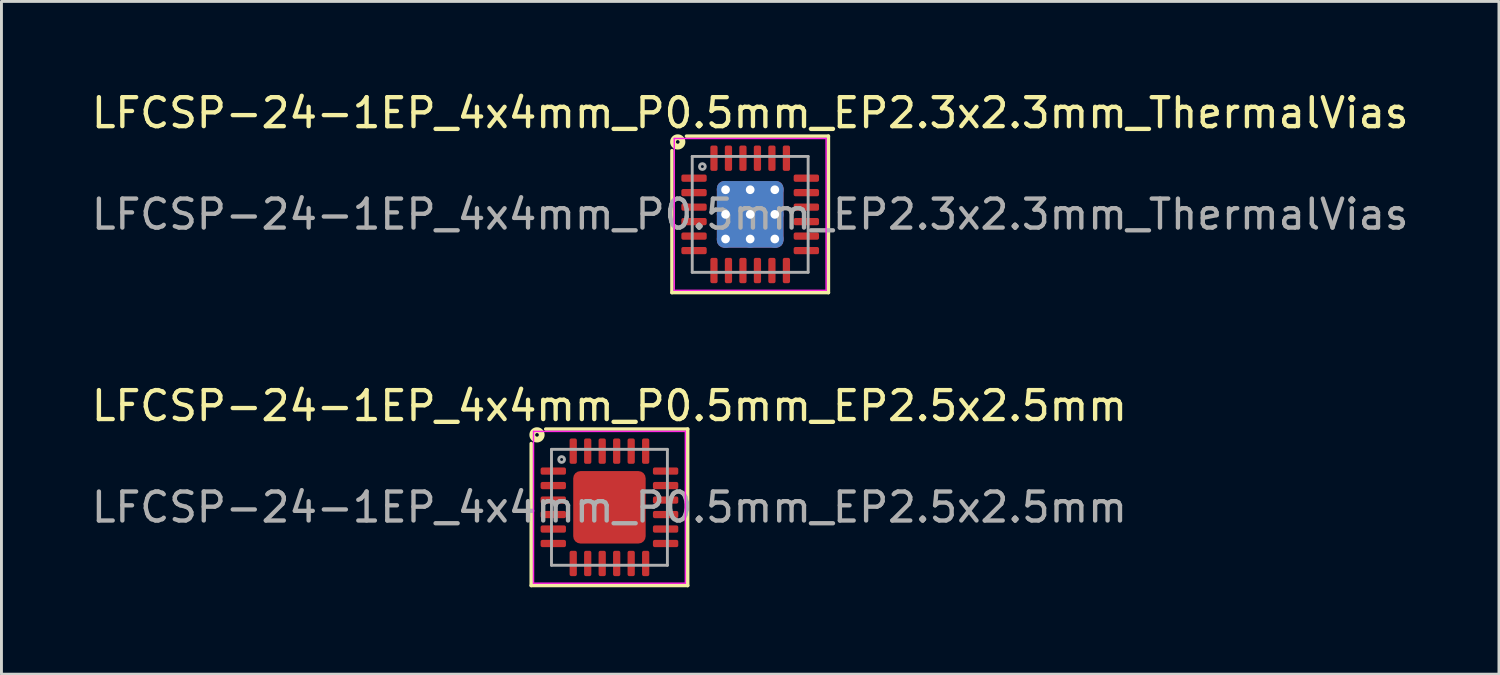
<source format=kicad_pcb>
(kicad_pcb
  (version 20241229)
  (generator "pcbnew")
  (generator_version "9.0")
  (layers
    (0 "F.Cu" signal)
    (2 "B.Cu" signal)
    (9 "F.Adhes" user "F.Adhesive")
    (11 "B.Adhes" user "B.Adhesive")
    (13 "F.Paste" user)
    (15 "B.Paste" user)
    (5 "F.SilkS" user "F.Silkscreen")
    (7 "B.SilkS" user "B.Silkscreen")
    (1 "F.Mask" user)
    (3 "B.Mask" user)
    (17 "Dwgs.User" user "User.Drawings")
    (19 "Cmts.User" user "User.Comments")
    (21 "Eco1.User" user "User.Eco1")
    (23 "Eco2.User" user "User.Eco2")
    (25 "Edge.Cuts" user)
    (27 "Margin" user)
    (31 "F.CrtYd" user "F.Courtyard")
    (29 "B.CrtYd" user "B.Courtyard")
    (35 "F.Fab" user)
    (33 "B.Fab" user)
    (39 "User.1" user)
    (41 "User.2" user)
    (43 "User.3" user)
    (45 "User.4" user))
  (footprint "LFCSP-24-1EP_4x4mm_P0.5mm_EP2.3x2.3mm_ThermalVias"
    (layer "F.Cu")
    (at 22.839 4.348)
    (property "Reference" "LFCSP-24-1EP_4x4mm_P0.5mm_EP2.3x2.3mm_ThermalVias" (at 0 -3.5 0) (layer "F.SilkS") (effects (font (size 1 1) (thickness 0.15))))
    (attr smd)
    (fp_line (start -2.7 2.7) (end -2.7 -2.2) (stroke (width 0.12) (type solid)) (layer "F.SilkS"))
    (fp_line (start 2.7 -2.7) (end -2.2 -2.7) (stroke (width 0.12) (type solid)) (layer "F.SilkS"))
    (fp_line (start 2.7 -2.7) (end 2.7 2.7) (stroke (width 0.12) (type solid)) (layer "F.SilkS"))
    (fp_line (start 2.7 2.7) (end -2.7 2.7) (stroke (width 0.12) (type solid)) (layer "F.SilkS"))
    (fp_circle (center -2.5 -2.5) (end -2.437 -2.5) (stroke (width 0.2) (type solid)) (fill no) (layer "F.SilkS"))
    (fp_line (start -2.62 -2.62) (end -2.62 2.62) (stroke (width 0.05) (type solid)) (layer "F.CrtYd"))
    (fp_line (start -2.62 2.62) (end 2.62 2.62) (stroke (width 0.05) (type solid)) (layer "F.CrtYd"))
    (fp_line (start 2.62 -2.62) (end -2.62 -2.62) (stroke (width 0.05) (type solid)) (layer "F.CrtYd"))
    (fp_line (start 2.62 2.62) (end 2.62 -2.62) (stroke (width 0.05) (type solid)) (layer "F.CrtYd"))
    (fp_line (start -2 -2) (end 2 -2) (stroke (width 0.1) (type solid)) (layer "F.Fab"))
    (fp_line (start -2 2) (end -2 -2) (stroke (width 0.1) (type solid)) (layer "F.Fab"))
    (fp_line (start 2 -2) (end 2 2) (stroke (width 0.1) (type solid)) (layer "F.Fab"))
    (fp_line (start 2 2) (end -2 2) (stroke (width 0.1) (type solid)) (layer "F.Fab"))
    (fp_circle (center -1.65 -1.65) (end -1.55 -1.65) (stroke (width 0.1) (type solid)) (fill no) (layer "F.Fab"))
    (fp_text user "${REFERENCE}" (at 0 0 0) (layer "F.Fab") (effects (font (size 1 1) (thickness 0.15))))
    (pad "" smd roundrect (at -0.575 -0.575) (size 0.96 0.96) (layers "F.Paste") (roundrect_rratio 0.25))
    (pad "" smd roundrect (at -0.575 0.575) (size 0.96 0.96) (layers "F.Paste") (roundrect_rratio 0.25))
    (pad "" smd roundrect (at 0.575 -0.575) (size 0.96 0.96) (layers "F.Paste") (roundrect_rratio 0.25))
    (pad "" smd roundrect (at 0.575 0.575) (size 0.96 0.96) (layers "F.Paste") (roundrect_rratio 0.25))
    (pad "1" smd roundrect (at -1.938 -1.25) (size 0.875 0.25) (layers "F.Cu" "F.Mask" "F.Paste") (roundrect_rratio 0.25))
    (pad "2" smd roundrect (at -1.938 -0.75) (size 0.875 0.25) (layers "F.Cu" "F.Mask" "F.Paste") (roundrect_rratio 0.25))
    (pad "3" smd roundrect (at -1.938 -0.25) (size 0.875 0.25) (layers "F.Cu" "F.Mask" "F.Paste") (roundrect_rratio 0.25))
    (pad "4" smd roundrect (at -1.938 0.25) (size 0.875 0.25) (layers "F.Cu" "F.Mask" "F.Paste") (roundrect_rratio 0.25))
    (pad "5" smd roundrect (at -1.938 0.75) (size 0.875 0.25) (layers "F.Cu" "F.Mask" "F.Paste") (roundrect_rratio 0.25))
    (pad "6" smd roundrect (at -1.938 1.25) (size 0.875 0.25) (layers "F.Cu" "F.Mask" "F.Paste") (roundrect_rratio 0.25))
    (pad "7" smd roundrect (at -1.25 1.938) (size 0.25 0.875) (layers "F.Cu" "F.Mask" "F.Paste") (roundrect_rratio 0.25))
    (pad "8" smd roundrect (at -0.75 1.938) (size 0.25 0.875) (layers "F.Cu" "F.Mask" "F.Paste") (roundrect_rratio 0.25))
    (pad "9" smd roundrect (at -0.25 1.938) (size 0.25 0.875) (layers "F.Cu" "F.Mask" "F.Paste") (roundrect_rratio 0.25))
    (pad "10" smd roundrect (at 0.25 1.938) (size 0.25 0.875) (layers "F.Cu" "F.Mask" "F.Paste") (roundrect_rratio 0.25))
    (pad "11" smd roundrect (at 0.75 1.938) (size 0.25 0.875) (layers "F.Cu" "F.Mask" "F.Paste") (roundrect_rratio 0.25))
    (pad "12" smd roundrect (at 1.25 1.938) (size 0.25 0.875) (layers "F.Cu" "F.Mask" "F.Paste") (roundrect_rratio 0.25))
    (pad "13" smd roundrect (at 1.938 1.25) (size 0.875 0.25) (layers "F.Cu" "F.Mask" "F.Paste") (roundrect_rratio 0.25))
    (pad "14" smd roundrect (at 1.938 0.75) (size 0.875 0.25) (layers "F.Cu" "F.Mask" "F.Paste") (roundrect_rratio 0.25))
    (pad "15" smd roundrect (at 1.938 0.25) (size 0.875 0.25) (layers "F.Cu" "F.Mask" "F.Paste") (roundrect_rratio 0.25))
    (pad "16" smd roundrect (at 1.938 -0.25) (size 0.875 0.25) (layers "F.Cu" "F.Mask" "F.Paste") (roundrect_rratio 0.25))
    (pad "17" smd roundrect (at 1.938 -0.75) (size 0.875 0.25) (layers "F.Cu" "F.Mask" "F.Paste") (roundrect_rratio 0.25))
    (pad "18" smd roundrect (at 1.938 -1.25) (size 0.875 0.25) (layers "F.Cu" "F.Mask" "F.Paste") (roundrect_rratio 0.25))
    (pad "19" smd roundrect (at 1.25 -1.938) (size 0.25 0.875) (layers "F.Cu" "F.Mask" "F.Paste") (roundrect_rratio 0.25))
    (pad "20" smd roundrect (at 0.75 -1.938) (size 0.25 0.875) (layers "F.Cu" "F.Mask" "F.Paste") (roundrect_rratio 0.25))
    (pad "21" smd roundrect (at 0.25 -1.938) (size 0.25 0.875) (layers "F.Cu" "F.Mask" "F.Paste") (roundrect_rratio 0.25))
    (pad "22" smd roundrect (at -0.25 -1.938) (size 0.25 0.875) (layers "F.Cu" "F.Mask" "F.Paste") (roundrect_rratio 0.25))
    (pad "23" smd roundrect (at -0.75 -1.938) (size 0.25 0.875) (layers "F.Cu" "F.Mask" "F.Paste") (roundrect_rratio 0.25))
    (pad "24" smd roundrect (at -1.25 -1.938) (size 0.25 0.875) (layers "F.Cu" "F.Mask" "F.Paste") (roundrect_rratio 0.25))
    (pad "25" thru_hole circle (at -0.85 -0.85) (size 0.6 0.6) (drill 0.3) (property pad_prop_heatsink) (layers "*.Cu"))
    (pad "25" thru_hole circle (at -0.85 0) (size 0.6 0.6) (drill 0.3) (property pad_prop_heatsink) (layers "*.Cu"))
    (pad "25" thru_hole circle (at -0.85 0.85) (size 0.6 0.6) (drill 0.3) (property pad_prop_heatsink) (layers "*.Cu"))
    (pad "25" thru_hole circle (at 0 -0.85) (size 0.6 0.6) (drill 0.3) (property pad_prop_heatsink) (layers "*.Cu"))
    (pad "25" thru_hole circle (at 0 0) (size 0.6 0.6) (drill 0.3) (property pad_prop_heatsink) (layers "*.Cu"))
    (pad "25" smd roundrect (at 0 0) (size 2.3 2.3) (layers "F.Cu" "F.Mask") (roundrect_rratio 0.109))
    (pad "25" smd roundrect (at 0 0) (size 2.3 2.3) (layers "B.Cu" "B.Mask") (roundrect_rratio 0.109))
    (pad "25" thru_hole circle (at 0 0.85) (size 0.6 0.6) (drill 0.3) (property pad_prop_heatsink) (layers "*.Cu"))
    (pad "25" thru_hole circle (at 0.85 -0.85) (size 0.6 0.6) (drill 0.3) (property pad_prop_heatsink) (layers "*.Cu"))
    (pad "25" thru_hole circle (at 0.85 0) (size 0.6 0.6) (drill 0.3) (property pad_prop_heatsink) (layers "*.Cu"))
    (pad "25" thru_hole circle (at 0.85 0.85) (size 0.6 0.6) (drill 0.3) (property pad_prop_heatsink) (layers "*.Cu")))
  (footprint "LFCSP-24-1EP_4x4mm_P0.5mm_EP2.5x2.5mm"
    (layer "F.Cu")
    (at 17.982 14.457)
    (property "Reference" "LFCSP-24-1EP_4x4mm_P0.5mm_EP2.5x2.5mm" (at 0 -3.5 0) (layer "F.SilkS") (effects (font (size 1 1) (thickness 0.15))))
    (attr smd)
    (fp_line (start -2.7 2.7) (end -2.7 -2.2) (stroke (width 0.12) (type solid)) (layer "F.SilkS"))
    (fp_line (start 2.7 -2.7) (end -2.2 -2.7) (stroke (width 0.12) (type solid)) (layer "F.SilkS"))
    (fp_line (start 2.7 -2.7) (end 2.7 2.7) (stroke (width 0.12) (type solid)) (layer "F.SilkS"))
    (fp_line (start 2.7 2.7) (end -2.7 2.7) (stroke (width 0.12) (type solid)) (layer "F.SilkS"))
    (fp_circle (center -2.5 -2.5) (end -2.437 -2.5) (stroke (width 0.2) (type solid)) (fill no) (layer "F.SilkS"))
    (fp_line (start -2.62 -2.62) (end -2.62 2.62) (stroke (width 0.05) (type solid)) (layer "F.CrtYd"))
    (fp_line (start -2.62 2.62) (end 2.62 2.62) (stroke (width 0.05) (type solid)) (layer "F.CrtYd"))
    (fp_line (start 2.62 -2.62) (end -2.62 -2.62) (stroke (width 0.05) (type solid)) (layer "F.CrtYd"))
    (fp_line (start 2.62 2.62) (end 2.62 -2.62) (stroke (width 0.05) (type solid)) (layer "F.CrtYd"))
    (fp_line (start -2 -2) (end 2 -2) (stroke (width 0.1) (type solid)) (layer "F.Fab"))
    (fp_line (start -2 2) (end -2 -2) (stroke (width 0.1) (type solid)) (layer "F.Fab"))
    (fp_line (start 2 -2) (end 2 2) (stroke (width 0.1) (type solid)) (layer "F.Fab"))
    (fp_line (start 2 2) (end -2 2) (stroke (width 0.1) (type solid)) (layer "F.Fab"))
    (fp_circle (center -1.65 -1.65) (end -1.55 -1.65) (stroke (width 0.1) (type solid)) (fill no) (layer "F.Fab"))
    (fp_text user "${REFERENCE}" (at 0 0 0) (layer "F.Fab") (effects (font (size 1 1) (thickness 0.15))))
    (pad "" smd roundrect (at -0.625 -0.625) (size 1.01 1.01) (layers "F.Paste") (roundrect_rratio 0.248))
    (pad "" smd roundrect (at -0.625 0.625) (size 1.01 1.01) (layers "F.Paste") (roundrect_rratio 0.248))
    (pad "" smd roundrect (at 0.625 -0.625) (size 1.01 1.01) (layers "F.Paste") (roundrect_rratio 0.248))
    (pad "" smd roundrect (at 0.625 0.625) (size 1.01 1.01) (layers "F.Paste") (roundrect_rratio 0.248))
    (pad "1" smd roundrect (at -1.938 -1.25) (size 0.875 0.25) (layers "F.Cu" "F.Mask" "F.Paste") (roundrect_rratio 0.25))
    (pad "2" smd roundrect (at -1.938 -0.75) (size 0.875 0.25) (layers "F.Cu" "F.Mask" "F.Paste") (roundrect_rratio 0.25))
    (pad "3" smd roundrect (at -1.938 -0.25) (size 0.875 0.25) (layers "F.Cu" "F.Mask" "F.Paste") (roundrect_rratio 0.25))
    (pad "4" smd roundrect (at -1.938 0.25) (size 0.875 0.25) (layers "F.Cu" "F.Mask" "F.Paste") (roundrect_rratio 0.25))
    (pad "5" smd roundrect (at -1.938 0.75) (size 0.875 0.25) (layers "F.Cu" "F.Mask" "F.Paste") (roundrect_rratio 0.25))
    (pad "6" smd roundrect (at -1.938 1.25) (size 0.875 0.25) (layers "F.Cu" "F.Mask" "F.Paste") (roundrect_rratio 0.25))
    (pad "7" smd roundrect (at -1.25 1.938) (size 0.25 0.875) (layers "F.Cu" "F.Mask" "F.Paste") (roundrect_rratio 0.25))
    (pad "8" smd roundrect (at -0.75 1.938) (size 0.25 0.875) (layers "F.Cu" "F.Mask" "F.Paste") (roundrect_rratio 0.25))
    (pad "9" smd roundrect (at -0.25 1.938) (size 0.25 0.875) (layers "F.Cu" "F.Mask" "F.Paste") (roundrect_rratio 0.25))
    (pad "10" smd roundrect (at 0.25 1.938) (size 0.25 0.875) (layers "F.Cu" "F.Mask" "F.Paste") (roundrect_rratio 0.25))
    (pad "11" smd roundrect (at 0.75 1.938) (size 0.25 0.875) (layers "F.Cu" "F.Mask" "F.Paste") (roundrect_rratio 0.25))
    (pad "12" smd roundrect (at 1.25 1.938) (size 0.25 0.875) (layers "F.Cu" "F.Mask" "F.Paste") (roundrect_rratio 0.25))
    (pad "13" smd roundrect (at 1.938 1.25) (size 0.875 0.25) (layers "F.Cu" "F.Mask" "F.Paste") (roundrect_rratio 0.25))
    (pad "14" smd roundrect (at 1.938 0.75) (size 0.875 0.25) (layers "F.Cu" "F.Mask" "F.Paste") (roundrect_rratio 0.25))
    (pad "15" smd roundrect (at 1.938 0.25) (size 0.875 0.25) (layers "F.Cu" "F.Mask" "F.Paste") (roundrect_rratio 0.25))
    (pad "16" smd roundrect (at 1.938 -0.25) (size 0.875 0.25) (layers "F.Cu" "F.Mask" "F.Paste") (roundrect_rratio 0.25))
    (pad "17" smd roundrect (at 1.938 -0.75) (size 0.875 0.25) (layers "F.Cu" "F.Mask" "F.Paste") (roundrect_rratio 0.25))
    (pad "18" smd roundrect (at 1.938 -1.25) (size 0.875 0.25) (layers "F.Cu" "F.Mask" "F.Paste") (roundrect_rratio 0.25))
    (pad "19" smd roundrect (at 1.25 -1.938) (size 0.25 0.875) (layers "F.Cu" "F.Mask" "F.Paste") (roundrect_rratio 0.25))
    (pad "20" smd roundrect (at 0.75 -1.938) (size 0.25 0.875) (layers "F.Cu" "F.Mask" "F.Paste") (roundrect_rratio 0.25))
    (pad "21" smd roundrect (at 0.25 -1.938) (size 0.25 0.875) (layers "F.Cu" "F.Mask" "F.Paste") (roundrect_rratio 0.25))
    (pad "22" smd roundrect (at -0.25 -1.938) (size 0.25 0.875) (layers "F.Cu" "F.Mask" "F.Paste") (roundrect_rratio 0.25))
    (pad "23" smd roundrect (at -0.75 -1.938) (size 0.25 0.875) (layers "F.Cu" "F.Mask" "F.Paste") (roundrect_rratio 0.25))
    (pad "24" smd roundrect (at -1.25 -1.938) (size 0.25 0.875) (layers "F.Cu" "F.Mask" "F.Paste") (roundrect_rratio 0.25))
    (pad "25" smd roundrect (at 0 0) (size 2.5 2.5) (layers "F.Cu" "F.Mask") (roundrect_rratio 0.1)))
  (gr_rect
    (start -3 -3)
    (end 48.679 20.216)
    (stroke (width 0.1) (type default))
    (fill no)
    (layer "Edge.Cuts")))
</source>
